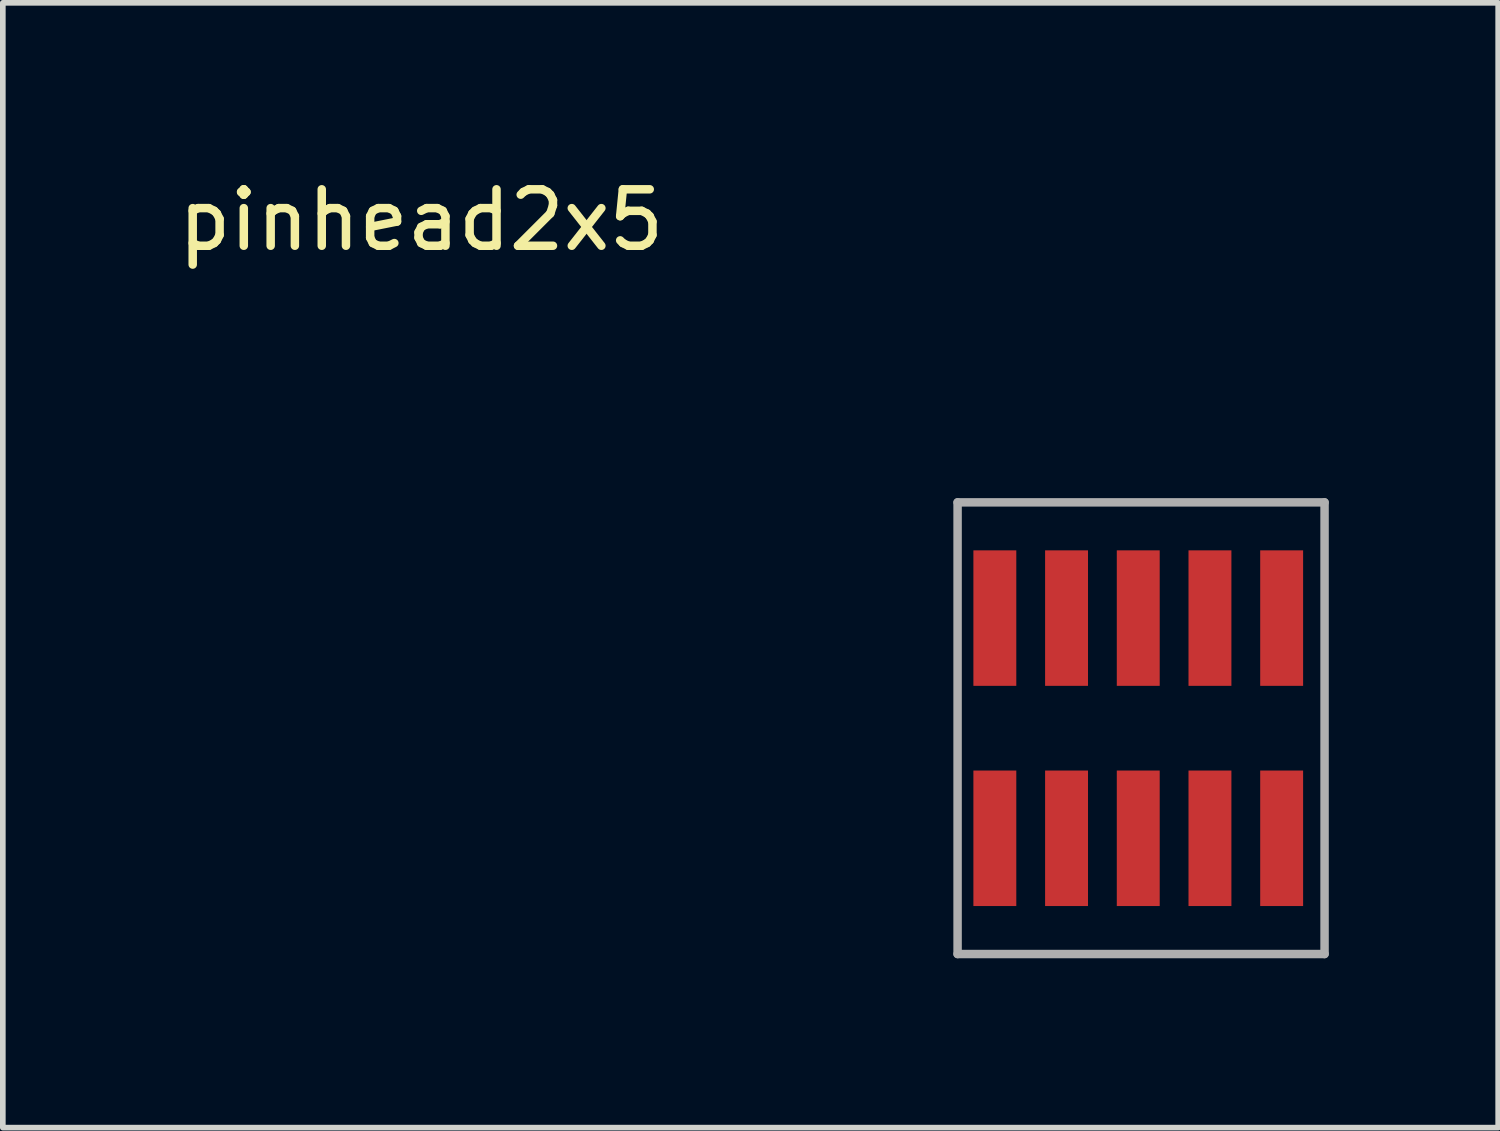
<source format=kicad_pcb>
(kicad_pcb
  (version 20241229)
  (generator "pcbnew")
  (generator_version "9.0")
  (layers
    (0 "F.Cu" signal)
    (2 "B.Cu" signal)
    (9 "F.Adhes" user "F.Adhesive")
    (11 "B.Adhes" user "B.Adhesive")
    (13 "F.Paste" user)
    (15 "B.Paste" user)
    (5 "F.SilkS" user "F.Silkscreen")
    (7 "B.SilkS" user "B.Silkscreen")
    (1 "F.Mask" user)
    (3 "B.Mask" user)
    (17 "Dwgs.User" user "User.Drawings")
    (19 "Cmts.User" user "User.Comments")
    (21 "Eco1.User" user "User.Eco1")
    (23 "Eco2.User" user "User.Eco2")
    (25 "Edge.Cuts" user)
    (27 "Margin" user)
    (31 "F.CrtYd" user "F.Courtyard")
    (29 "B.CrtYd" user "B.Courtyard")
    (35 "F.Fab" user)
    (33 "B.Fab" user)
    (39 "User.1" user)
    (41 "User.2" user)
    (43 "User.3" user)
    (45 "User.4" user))
  (footprint "pinhead2x5"
    (layer "F.Cu")
    (at 4.411 9.848)
    (property "Reference" "pinhead2x5" (at 0 -9 0) (layer "F.SilkS") (effects (font (size 1 1) (thickness 0.15))))
    (attr through_hole)
    (fp_line (start 9.5 -4) (end 9.5 4) (stroke (width 0.15) (type solid)) (layer "F.Fab"))
    (fp_line (start 9.5 -4) (end 16 -4) (stroke (width 0.15) (type solid)) (layer "F.Fab"))
    (fp_line (start 9.5 4) (end 16 4) (stroke (width 0.15) (type solid)) (layer "F.Fab"))
    (fp_line (start 16 4) (end 16 -4) (stroke (width 0.15) (type solid)) (layer "F.Fab"))
    (pad "1" smd rect (at 15.24 -1.95) (size 0.76 2.4) (layers "F.Cu" "F.Mask" "F.Paste"))
    (pad "2" smd rect (at 15.24 1.95) (size 0.76 2.4) (layers "F.Cu" "F.Mask" "F.Paste"))
    (pad "3" smd rect (at 13.97 -1.95) (size 0.76 2.4) (layers "F.Cu" "F.Mask" "F.Paste"))
    (pad "4" smd rect (at 13.97 1.95) (size 0.76 2.4) (layers "F.Cu" "F.Mask" "F.Paste"))
    (pad "5" smd rect (at 12.7 -1.95) (size 0.76 2.4) (layers "F.Cu" "F.Mask" "F.Paste"))
    (pad "6" smd rect (at 12.7 1.95) (size 0.76 2.4) (layers "F.Cu" "F.Mask" "F.Paste"))
    (pad "7" smd rect (at 11.43 -1.95) (size 0.76 2.4) (layers "F.Cu" "F.Mask" "F.Paste"))
    (pad "8" smd rect (at 11.43 1.95) (size 0.76 2.4) (layers "F.Cu" "F.Mask" "F.Paste"))
    (pad "9" smd rect (at 10.16 -1.95) (size 0.76 2.4) (layers "F.Cu" "F.Mask" "F.Paste"))
    (pad "10" smd rect (at 10.16 1.95) (size 0.76 2.4) (layers "F.Cu" "F.Mask" "F.Paste")))
  (gr_rect
    (start -3 -3)
    (end 23.486 16.923)
    (stroke (width 0.1) (type default))
    (fill no)
    (layer "Edge.Cuts")))
</source>
